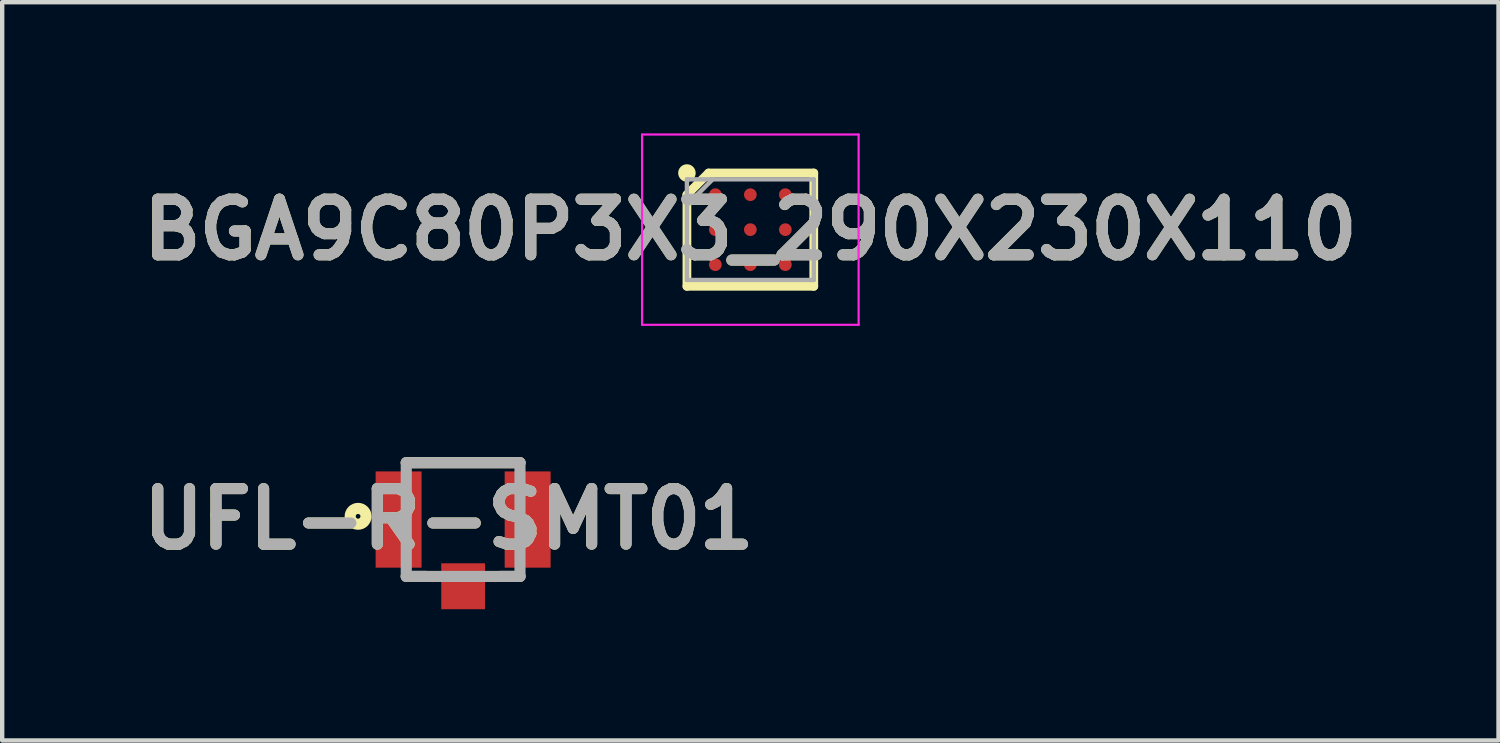
<source format=kicad_pcb>
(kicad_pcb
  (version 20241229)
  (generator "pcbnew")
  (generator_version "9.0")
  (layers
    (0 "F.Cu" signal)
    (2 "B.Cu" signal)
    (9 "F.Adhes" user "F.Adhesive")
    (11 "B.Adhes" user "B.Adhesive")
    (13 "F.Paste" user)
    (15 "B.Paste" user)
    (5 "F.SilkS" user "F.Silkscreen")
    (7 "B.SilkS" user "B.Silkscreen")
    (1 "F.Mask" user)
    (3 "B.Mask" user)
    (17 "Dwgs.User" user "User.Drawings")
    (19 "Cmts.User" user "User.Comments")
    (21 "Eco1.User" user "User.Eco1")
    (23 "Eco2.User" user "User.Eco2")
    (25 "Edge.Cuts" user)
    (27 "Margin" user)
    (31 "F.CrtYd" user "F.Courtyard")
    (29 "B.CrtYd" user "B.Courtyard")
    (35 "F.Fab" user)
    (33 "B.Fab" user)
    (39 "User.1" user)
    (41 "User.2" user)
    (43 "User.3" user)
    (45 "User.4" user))
  (footprint "BGA9C80P3X3_290X230X110"
    (layer "F.Cu")
    (at 14.103 2.2)
    (property "Reference" "BGA9C80P3X3_290X230X110" (at 0 0 0) (layer "F.SilkS") (effects (font (size 1.27 1.27) (thickness 0.254))))
    (attr smd)
    (fp_line (start -1.45 -0.8) (end -0.955 -1.295) (stroke (width 0.2) (type solid)) (layer "F.SilkS"))
    (fp_line (start -1.45 1.295) (end -1.45 -0.8) (stroke (width 0.2) (type solid)) (layer "F.SilkS"))
    (fp_line (start -0.955 -1.295) (end 1.45 -1.295) (stroke (width 0.2) (type solid)) (layer "F.SilkS"))
    (fp_line (start 1.45 -1.295) (end 1.45 1.295) (stroke (width 0.2) (type solid)) (layer "F.SilkS"))
    (fp_line (start 1.45 1.295) (end -1.45 1.295) (stroke (width 0.2) (type solid)) (layer "F.SilkS"))
    (fp_circle (center -1.45 -1.295) (end -1.45 -1.195) (stroke (width 0.2) (type solid)) (fill no) (layer "F.SilkS"))
    (fp_line (start -2.475 -2.175) (end 2.475 -2.175) (stroke (width 0.05) (type solid)) (layer "F.CrtYd"))
    (fp_line (start -2.475 2.175) (end -2.475 -2.175) (stroke (width 0.05) (type solid)) (layer "F.CrtYd"))
    (fp_line (start 2.475 -2.175) (end 2.475 2.175) (stroke (width 0.05) (type solid)) (layer "F.CrtYd"))
    (fp_line (start 2.475 2.175) (end -2.475 2.175) (stroke (width 0.05) (type solid)) (layer "F.CrtYd"))
    (fp_line (start -1.45 -1.15) (end 1.45 -1.15) (stroke (width 0.1) (type solid)) (layer "F.Fab"))
    (fp_line (start -1.45 -0.562) (end -0.862 -1.15) (stroke (width 0.1) (type solid)) (layer "F.Fab"))
    (fp_line (start -1.45 1.15) (end -1.45 -1.15) (stroke (width 0.1) (type solid)) (layer "F.Fab"))
    (fp_line (start 1.45 -1.15) (end 1.45 1.15) (stroke (width 0.1) (type solid)) (layer "F.Fab"))
    (fp_line (start 1.45 1.15) (end -1.45 1.15) (stroke (width 0.1) (type solid)) (layer "F.Fab"))
    (fp_text user "${REFERENCE}" (at 0 0 0) (layer "F.Fab") (effects (font (size 1.27 1.27) (thickness 0.254))))
    (pad "A1" smd circle (at -0.8 -0.8 90) (size 0.29 0.29) (layers "F.Cu" "F.Mask" "F.Paste"))
    (pad "A2" smd circle (at 0 -0.8 90) (size 0.29 0.29) (layers "F.Cu" "F.Mask" "F.Paste"))
    (pad "A3" smd circle (at 0.8 -0.8 90) (size 0.29 0.29) (layers "F.Cu" "F.Mask" "F.Paste"))
    (pad "B1" smd circle (at -0.8 0 90) (size 0.29 0.29) (layers "F.Cu" "F.Mask" "F.Paste"))
    (pad "B2" smd circle (at 0 0 90) (size 0.29 0.29) (layers "F.Cu" "F.Mask" "F.Paste"))
    (pad "B3" smd circle (at 0.8 0 90) (size 0.29 0.29) (layers "F.Cu" "F.Mask" "F.Paste"))
    (pad "C1" smd circle (at -0.8 0.8 90) (size 0.29 0.29) (layers "F.Cu" "F.Mask" "F.Paste"))
    (pad "C2" smd circle (at 0 0.8 90) (size 0.29 0.29) (layers "F.Cu" "F.Mask" "F.Paste"))
    (pad "C3" smd circle (at 0.8 0.8 90) (size 0.29 0.29) (layers "F.Cu" "F.Mask" "F.Paste")))
  (footprint "UFL-R-SMT01"
    (layer "F.Cu")
    (at 7.537 8.827)
    (property "Reference" "UFL-R-SMT01" (at -0.328 -0.012 0) (layer "F.SilkS") (effects (font (size 1.27 1.27) (thickness 0.254))))
    (attr smd)
    (fp_line (start -1.3 -1.3) (end 1.3 -1.3) (stroke (width 0.254) (type solid)) (layer "F.SilkS"))
    (fp_line (start -1.3 1.3) (end -0.85 1.3) (stroke (width 0.254) (type solid)) (layer "F.SilkS"))
    (fp_line (start 1.3 1.3) (end 0.85 1.3) (stroke (width 0.254) (type solid)) (layer "F.SilkS"))
    (fp_circle (center -2.401 -0.074) (end -2.401 -0.02) (stroke (width 0.254) (type solid)) (fill no) (layer "F.SilkS"))
    (fp_line (start -1.3 -1.3) (end 1.3 -1.3) (stroke (width 0.254) (type solid)) (layer "F.Fab"))
    (fp_line (start -1.3 1.3) (end -1.3 -1.3) (stroke (width 0.254) (type solid)) (layer "F.Fab"))
    (fp_line (start 1.3 -1.3) (end 1.3 1.3) (stroke (width 0.254) (type solid)) (layer "F.Fab"))
    (fp_line (start 1.3 1.3) (end -1.3 1.3) (stroke (width 0.254) (type solid)) (layer "F.Fab"))
    (fp_text user "${REFERENCE}" (at -0.328 -0.012 0) (layer "F.Fab") (effects (font (size 1.27 1.27) (thickness 0.254))))
    (pad "1" smd rect (at -1.475 0) (size 1.05 2.2) (layers "F.Cu" "F.Mask" "F.Paste"))
    (pad "2" smd rect (at 1.475 0) (size 1.05 2.2) (layers "F.Cu" "F.Mask" "F.Paste"))
    (pad "3" smd rect (at 0 1.525) (size 1 1.05) (layers "F.Cu" "F.Mask" "F.Paste")))
  (gr_rect
    (start -3 -3)
    (end 31.206 13.877)
    (stroke (width 0.1) (type default))
    (fill no)
    (layer "Edge.Cuts")))
</source>
